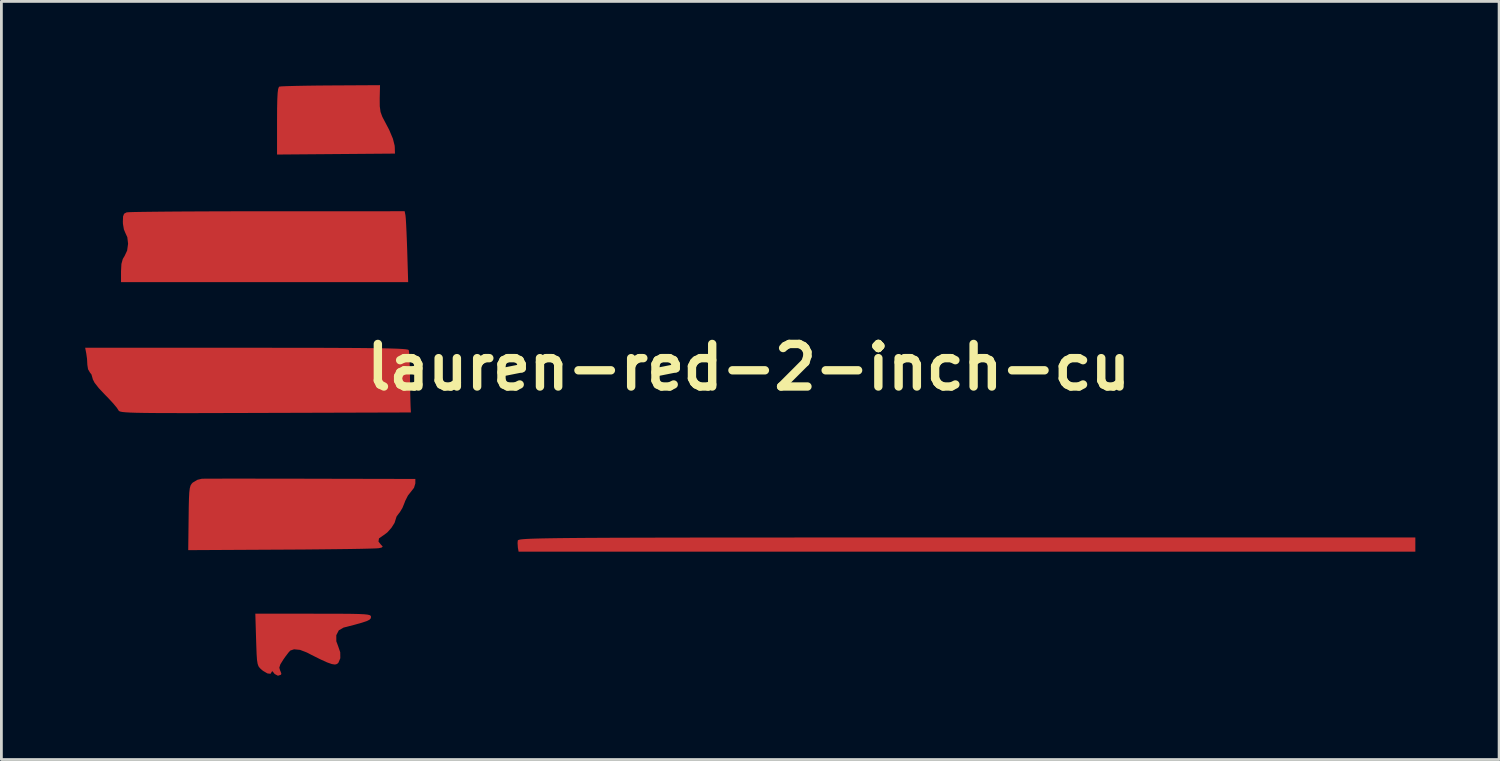
<source format=kicad_pcb>
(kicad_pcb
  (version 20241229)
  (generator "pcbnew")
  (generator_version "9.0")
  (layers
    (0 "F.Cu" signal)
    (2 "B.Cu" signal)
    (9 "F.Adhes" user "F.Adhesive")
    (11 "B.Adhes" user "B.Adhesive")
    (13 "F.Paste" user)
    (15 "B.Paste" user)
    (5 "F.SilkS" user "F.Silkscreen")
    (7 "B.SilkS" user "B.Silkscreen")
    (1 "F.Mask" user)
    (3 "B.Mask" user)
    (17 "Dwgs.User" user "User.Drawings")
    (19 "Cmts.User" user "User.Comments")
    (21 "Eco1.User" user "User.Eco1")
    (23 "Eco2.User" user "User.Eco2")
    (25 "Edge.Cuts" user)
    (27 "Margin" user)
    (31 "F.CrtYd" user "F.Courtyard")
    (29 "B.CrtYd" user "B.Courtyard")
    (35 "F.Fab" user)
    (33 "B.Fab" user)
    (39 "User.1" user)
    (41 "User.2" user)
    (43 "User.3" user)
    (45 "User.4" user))
  (footprint "lauren-red-2-inch-cu"
    (layer "F.Cu")
    (at 23.763 10.103)
    (property "Reference" "lauren-red-2-inch-cu" (at 0 0 0) (layer "F.SilkS") (effects (font (size 1.524 1.524) (thickness 0.3))))
    (attr through_hole)
    (fp_poly (pts (xy -13.214 -9.628) (xy -13.212 -9.345) (xy -13.184 -9.143) (xy -13.123 -8.976) (xy -13.089 -8.91) (xy -12.876 -8.505) (xy -12.741 -8.185) (xy -12.679 -7.938) (xy -12.674 -7.874) (xy -12.668 -7.652) (xy -16.891 -7.618) (xy -16.891 -8.819) (xy -16.889 -9.261) (xy -16.882 -9.59) (xy -16.87 -9.819) (xy -16.852 -9.964) (xy -16.825 -10.037) (xy -16.808 -10.051) (xy -16.725 -10.06) (xy -16.532 -10.068) (xy -16.247 -10.076) (xy -15.886 -10.083) (xy -15.466 -10.089) (xy -15.006 -10.093) (xy -14.964 -10.093) (xy -13.203 -10.103)) (stroke (width 0) (type solid)) (fill yes) (layer "F.Cu"))
    (fp_poly (pts (xy 23.876 6.604) (xy -8.24 6.604) (xy -8.266 6.461) (xy -8.277 6.295) (xy -8.269 6.207) (xy -8.262 6.195) (xy -8.244 6.185) (xy -8.209 6.175) (xy -8.154 6.165) (xy -8.073 6.157) (xy -7.962 6.149) (xy -7.817 6.142) (xy -7.632 6.136) (xy -7.404 6.13) (xy -7.128 6.125) (xy -6.798 6.12) (xy -6.411 6.116) (xy -5.962 6.112) (xy -5.446 6.109) (xy -4.858 6.106) (xy -4.195 6.104) (xy -3.451 6.102) (xy -2.622 6.1) (xy -1.703 6.099) (xy -0.69 6.098) (xy 0.422 6.097) (xy 1.637 6.097) (xy 2.961 6.096) (xy 4.397 6.096) (xy 5.951 6.096) (xy 7.627 6.096) (xy 23.876 6.096)) (stroke (width 0) (type solid)) (fill yes) (layer "F.Cu"))
    (fp_poly (pts (xy -12.292 -5.445) (xy -12.281 -5.337) (xy -12.268 -5.125) (xy -12.254 -4.834) (xy -12.24 -4.487) (xy -12.229 -4.175) (xy -12.195 -3.048) (xy -22.479 -3.048) (xy -22.479 -3.435) (xy -22.465 -3.699) (xy -22.415 -3.88) (xy -22.352 -3.983) (xy -22.26 -4.179) (xy -22.226 -4.423) (xy -22.253 -4.657) (xy -22.318 -4.798) (xy -22.376 -4.936) (xy -22.41 -5.136) (xy -22.413 -5.215) (xy -22.406 -5.401) (xy -22.369 -5.498) (xy -22.286 -5.544) (xy -22.273 -5.548) (xy -22.188 -5.554) (xy -21.986 -5.56) (xy -21.677 -5.565) (xy -21.271 -5.57) (xy -20.779 -5.575) (xy -20.21 -5.579) (xy -19.574 -5.582) (xy -18.881 -5.585) (xy -18.142 -5.586) (xy -17.367 -5.587) (xy -17.226 -5.587) (xy -12.321 -5.588)) (stroke (width 0) (type solid)) (fill yes) (layer "F.Cu"))
    (fp_poly (pts (xy -17.518 3.989) (xy -16.908 3.989) (xy -16.254 3.99) (xy -15.669 3.992) (xy -11.938 4) (xy -11.938 4.16) (xy -11.985 4.316) (xy -12.088 4.449) (xy -12.203 4.594) (xy -12.303 4.792) (xy -12.322 4.846) (xy -12.401 5.04) (xy -12.496 5.196) (xy -12.521 5.225) (xy -12.61 5.345) (xy -12.636 5.427) (xy -12.682 5.573) (xy -12.794 5.75) (xy -12.941 5.915) (xy -13.088 6.024) (xy -13.097 6.029) (xy -13.24 6.129) (xy -13.258 6.244) (xy -13.166 6.358) (xy -13.106 6.422) (xy -13.144 6.457) (xy -13.246 6.48) (xy -13.344 6.487) (xy -13.556 6.494) (xy -13.87 6.502) (xy -14.273 6.509) (xy -14.752 6.515) (xy -15.295 6.521) (xy -15.89 6.527) (xy -16.523 6.531) (xy -16.751 6.532) (xy -20.072 6.55) (xy -20.058 5.403) (xy -20.053 4.994) (xy -20.045 4.691) (xy -20.034 4.478) (xy -20.016 4.334) (xy -19.99 4.239) (xy -19.953 4.176) (xy -19.91 4.13) (xy -19.744 4.031) (xy -19.587 3.993) (xy -19.491 3.991) (xy -19.279 3.99) (xy -18.964 3.989) (xy -18.558 3.988) (xy -18.071 3.988)) (stroke (width 0) (type solid)) (fill yes) (layer "F.Cu"))
    (fp_poly (pts (xy -16.968 -0.698) (xy -16.072 -0.697) (xy -15.29 -0.696) (xy -14.613 -0.693) (xy -14.036 -0.69) (xy -13.552 -0.685) (xy -13.153 -0.68) (xy -12.833 -0.673) (xy -12.585 -0.665) (xy -12.402 -0.655) (xy -12.277 -0.644) (xy -12.204 -0.631) (xy -12.174 -0.617) (xy -12.174 -0.615) (xy -12.161 -0.524) (xy -12.149 -0.332) (xy -12.139 -0.064) (xy -12.131 0.254) (xy -12.13 0.353) (xy -12.125 0.693) (xy -12.119 1.002) (xy -12.113 1.25) (xy -12.108 1.408) (xy -12.107 1.429) (xy -12.097 1.619) (xy -17.315 1.635) (xy -18.252 1.638) (xy -19.07 1.64) (xy -19.777 1.642) (xy -20.382 1.642) (xy -20.892 1.641) (xy -21.315 1.639) (xy -21.66 1.635) (xy -21.935 1.63) (xy -22.148 1.623) (xy -22.306 1.614) (xy -22.419 1.603) (xy -22.493 1.59) (xy -22.539 1.574) (xy -22.562 1.556) (xy -22.571 1.54) (xy -22.63 1.449) (xy -22.758 1.295) (xy -22.935 1.104) (xy -23.051 0.986) (xy -23.275 0.748) (xy -23.426 0.555) (xy -23.493 0.424) (xy -23.495 0.406) (xy -23.538 0.258) (xy -23.592 0.189) (xy -23.66 0.072) (xy -23.685 -0.088) (xy -23.696 -0.301) (xy -23.723 -0.492) (xy -23.763 -0.699) (xy -17.985 -0.699)) (stroke (width 0) (type solid)) (fill yes) (layer "F.Cu"))
    (fp_poly (pts (xy -15.03 8.827) (xy -14.576 8.828) (xy -14.224 8.831) (xy -13.961 8.837) (xy -13.774 8.846) (xy -13.649 8.859) (xy -13.575 8.877) (xy -13.538 8.9) (xy -13.526 8.93) (xy -13.525 8.945) (xy -13.537 8.997) (xy -13.584 9.044) (xy -13.682 9.092) (xy -13.851 9.148) (xy -14.107 9.22) (xy -14.467 9.313) (xy -14.508 9.323) (xy -14.68 9.423) (xy -14.769 9.597) (xy -14.768 9.815) (xy -14.704 9.986) (xy -14.628 10.207) (xy -14.625 10.42) (xy -14.693 10.582) (xy -14.743 10.627) (xy -14.816 10.647) (xy -14.929 10.63) (xy -15.098 10.57) (xy -15.338 10.461) (xy -15.666 10.297) (xy -15.82 10.217) (xy -16.066 10.122) (xy -16.281 10.101) (xy -16.415 10.145) (xy -16.485 10.222) (xy -16.594 10.366) (xy -16.665 10.467) (xy -16.774 10.643) (xy -16.81 10.759) (xy -16.784 10.85) (xy -16.78 10.857) (xy -16.738 10.964) (xy -16.747 11.01) (xy -16.858 11.048) (xy -16.976 10.986) (xy -17.013 10.938) (xy -17.064 10.881) (xy -17.08 10.906) (xy -17.124 10.978) (xy -17.236 10.965) (xy -17.391 10.874) (xy -17.439 10.836) (xy -17.507 10.774) (xy -17.555 10.709) (xy -17.587 10.618) (xy -17.609 10.479) (xy -17.623 10.271) (xy -17.634 9.97) (xy -17.641 9.756) (xy -17.669 8.826) (xy -15.597 8.826)) (stroke (width 0) (type solid)) (fill yes) (layer "F.Cu")))
  (gr_rect
    (start -3 -3)
    (end 50.639 24.151)
    (stroke (width 0.1) (type default))
    (fill no)
    (layer "Edge.Cuts")))
</source>
